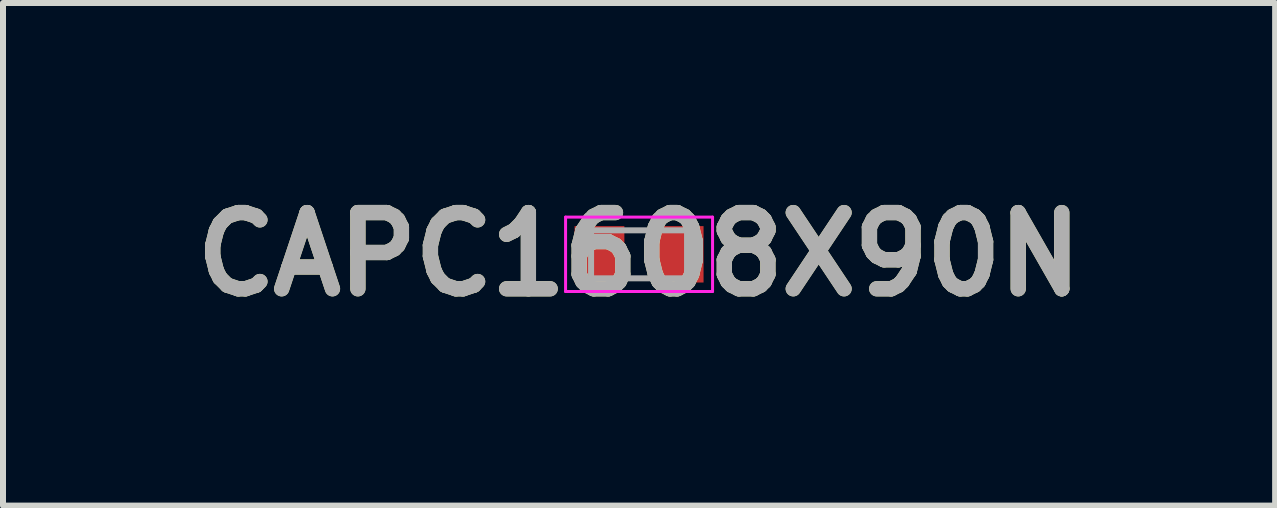
<source format=kicad_pcb>
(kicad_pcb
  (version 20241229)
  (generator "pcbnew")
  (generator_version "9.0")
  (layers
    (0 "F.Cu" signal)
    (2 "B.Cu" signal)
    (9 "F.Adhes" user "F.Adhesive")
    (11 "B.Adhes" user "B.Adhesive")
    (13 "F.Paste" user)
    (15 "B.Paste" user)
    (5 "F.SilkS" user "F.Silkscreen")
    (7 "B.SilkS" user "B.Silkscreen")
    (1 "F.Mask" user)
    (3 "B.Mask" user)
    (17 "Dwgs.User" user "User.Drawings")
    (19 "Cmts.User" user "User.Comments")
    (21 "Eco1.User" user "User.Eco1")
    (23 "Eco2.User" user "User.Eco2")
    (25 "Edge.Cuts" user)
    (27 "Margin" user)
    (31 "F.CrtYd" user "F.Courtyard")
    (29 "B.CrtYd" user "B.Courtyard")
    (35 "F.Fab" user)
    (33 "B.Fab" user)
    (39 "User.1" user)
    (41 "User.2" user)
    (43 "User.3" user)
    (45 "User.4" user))
  (footprint "CAPC1608X90N"
    (layer "F.Cu")
    (at 7.602 1.189)
    (property "Reference" "CAPC1608X90N" (at 0 0 0) (layer "F.SilkS") (effects (font (size 1.27 1.27) (thickness 0.254))))
    (attr smd)
    (fp_line (start -1.225 -0.62) (end 1.225 -0.62) (stroke (width 0.05) (type solid)) (layer "F.CrtYd"))
    (fp_line (start -1.225 0.62) (end -1.225 -0.62) (stroke (width 0.05) (type solid)) (layer "F.CrtYd"))
    (fp_line (start 1.225 -0.62) (end 1.225 0.62) (stroke (width 0.05) (type solid)) (layer "F.CrtYd"))
    (fp_line (start 1.225 0.62) (end -1.225 0.62) (stroke (width 0.05) (type solid)) (layer "F.CrtYd"))
    (fp_line (start -0.8 -0.4) (end 0.8 -0.4) (stroke (width 0.1) (type solid)) (layer "F.Fab"))
    (fp_line (start -0.8 0.4) (end -0.8 -0.4) (stroke (width 0.1) (type solid)) (layer "F.Fab"))
    (fp_line (start 0.8 -0.4) (end 0.8 0.4) (stroke (width 0.1) (type solid)) (layer "F.Fab"))
    (fp_line (start 0.8 0.4) (end -0.8 0.4) (stroke (width 0.1) (type solid)) (layer "F.Fab"))
    (fp_text user "${REFERENCE}" (at 0 0 0) (layer "F.Fab") (effects (font (size 1.27 1.27) (thickness 0.254))))
    (pad "1" smd rect (at -0.66 0) (size 0.83 0.94) (layers "F.Cu" "F.Mask" "F.Paste"))
    (pad "2" smd rect (at 0.66 0) (size 0.83 0.94) (layers "F.Cu" "F.Mask" "F.Paste")))
  (gr_rect
    (start -3 -3)
    (end 18.204 5.377)
    (stroke (width 0.1) (type default))
    (fill no)
    (layer "Edge.Cuts")))
</source>
